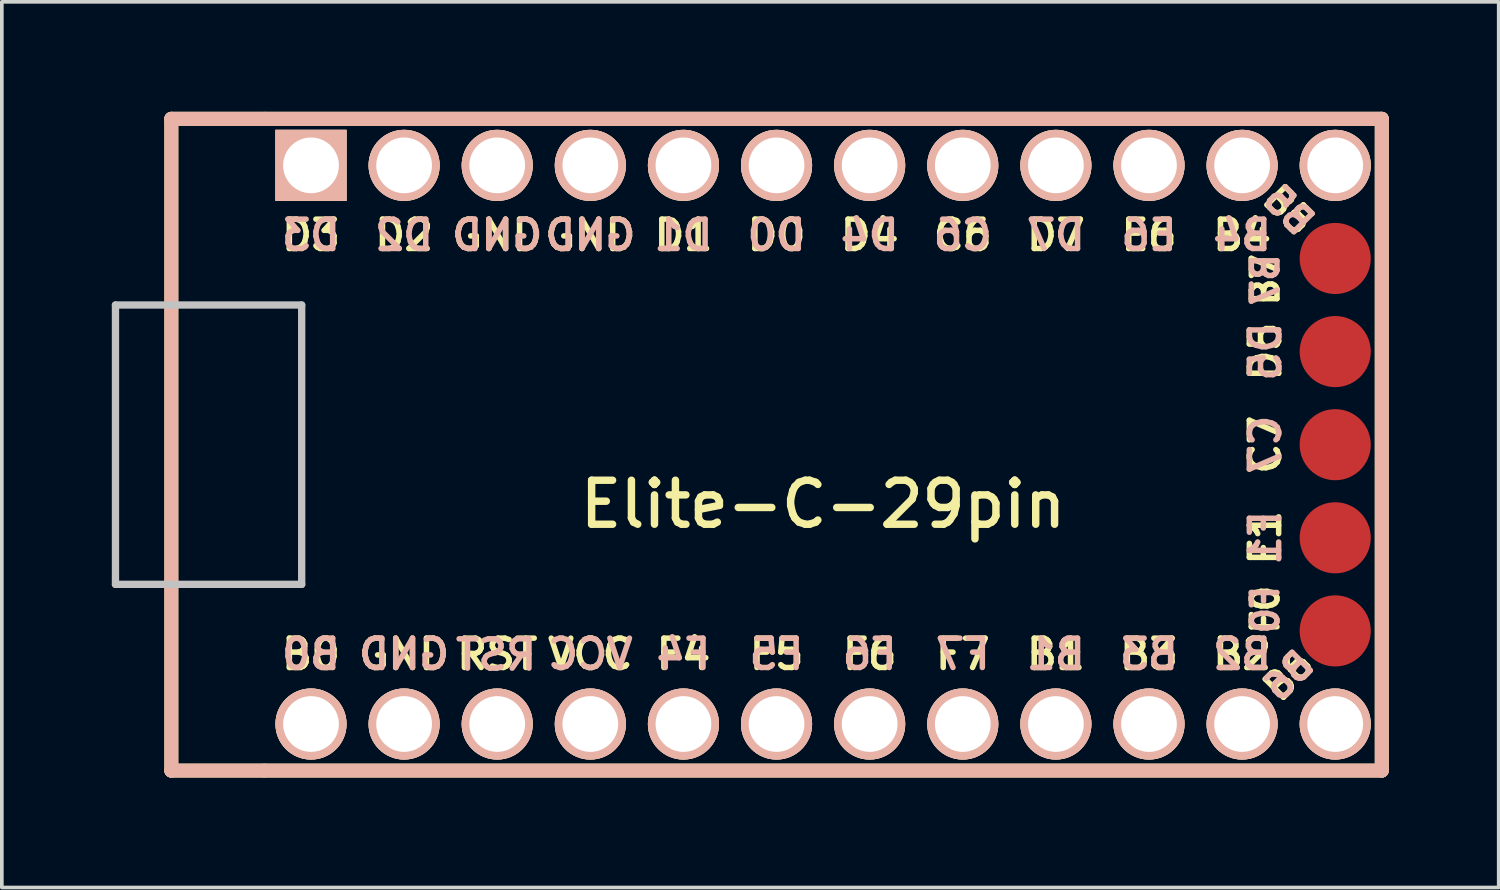
<source format=kicad_pcb>
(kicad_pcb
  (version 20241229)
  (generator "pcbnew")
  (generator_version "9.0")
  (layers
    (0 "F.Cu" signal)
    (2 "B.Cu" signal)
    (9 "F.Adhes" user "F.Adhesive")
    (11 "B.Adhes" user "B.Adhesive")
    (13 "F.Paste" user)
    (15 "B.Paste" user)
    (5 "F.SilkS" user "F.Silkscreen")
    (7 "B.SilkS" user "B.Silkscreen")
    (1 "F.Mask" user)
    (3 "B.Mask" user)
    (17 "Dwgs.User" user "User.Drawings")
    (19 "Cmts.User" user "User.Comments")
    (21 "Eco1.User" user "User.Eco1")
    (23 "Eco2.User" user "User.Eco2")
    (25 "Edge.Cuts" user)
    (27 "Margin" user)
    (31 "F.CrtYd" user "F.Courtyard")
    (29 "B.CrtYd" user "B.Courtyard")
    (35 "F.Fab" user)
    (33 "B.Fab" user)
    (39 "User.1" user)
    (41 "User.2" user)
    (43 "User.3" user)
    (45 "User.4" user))
  (footprint "Elite-C-29pin"
    (layer "F.Cu")
    (at 19.404 9.081)
    (property "Reference" "Elite-C-29pin" (at 0 1.625 0) (layer "F.SilkS") (effects (font (size 1.2 1.2) (thickness 0.203))))
    (attr through_hole)
    (fp_line (start -17.78 -8.89) (end 15.24 -8.89) (stroke (width 0.381) (type solid)) (layer "F.SilkS"))
    (fp_line (start -17.78 8.89) (end -17.78 -8.89) (stroke (width 0.381) (type solid)) (layer "F.SilkS"))
    (fp_line (start 15.24 -8.89) (end 15.24 8.89) (stroke (width 0.381) (type solid)) (layer "F.SilkS"))
    (fp_line (start 15.24 8.89) (end -17.78 8.89) (stroke (width 0.381) (type solid)) (layer "F.SilkS"))
    (fp_line (start -17.78 -8.89) (end -15.24 -8.89) (stroke (width 0.381) (type solid)) (layer "B.SilkS"))
    (fp_line (start -17.78 8.89) (end -17.78 -8.89) (stroke (width 0.381) (type solid)) (layer "B.SilkS"))
    (fp_line (start -15.24 -8.89) (end 15.24 -8.89) (stroke (width 0.381) (type solid)) (layer "B.SilkS"))
    (fp_line (start -15.24 8.89) (end -17.78 8.89) (stroke (width 0.381) (type solid)) (layer "B.SilkS"))
    (fp_line (start 15.24 -8.89) (end 15.24 8.89) (stroke (width 0.381) (type solid)) (layer "B.SilkS"))
    (fp_line (start 15.24 8.89) (end -15.24 8.89) (stroke (width 0.381) (type solid)) (layer "B.SilkS"))
    (fp_line (start -19.304 -3.81) (end -19.304 3.81) (stroke (width 0.2) (type solid)) (layer "Dwgs.User"))
    (fp_line (start -19.304 3.81) (end -14.224 3.81) (stroke (width 0.2) (type solid)) (layer "Dwgs.User"))
    (fp_line (start -14.224 -3.81) (end -19.304 -3.81) (stroke (width 0.2) (type solid)) (layer "Dwgs.User"))
    (fp_line (start -14.224 3.81) (end -14.224 -3.81) (stroke (width 0.2) (type solid)) (layer "Dwgs.User"))
    (fp_text user "E6" (at 8.89 -5.715 0) (layer "F.SilkS") (effects (font (size 0.8 0.8) (thickness 0.15))))
    (fp_text user "RST" (at -8.89 5.715 180) (layer "F.SilkS") (effects (font (size 0.8 0.8) (thickness 0.15))))
    (fp_text user "D5" (at 12.065 -2.54 90) (layer "F.SilkS") (effects (font (size 0.8 0.8) (thickness 0.15))))
    (fp_text user "B2" (at 11.43 5.715 0) (layer "F.SilkS") (effects (font (size 0.8 0.8) (thickness 0.15))))
    (fp_text user "F5" (at -1.27 5.715 0) (layer "F.SilkS") (effects (font (size 0.8 0.8) (thickness 0.15))))
    (fp_text user "F0" (at 12.065 4.5 90) (layer "F.SilkS") (effects (font (size 0.7 0.7) (thickness 0.15))))
    (fp_text user "VCC" (at -6.35 5.715 0) (layer "F.SilkS") (effects (font (size 0.8 0.8) (thickness 0.15))))
    (fp_text user "B5" (at 12.7 -6.4 315) (layer "F.SilkS") (effects (font (size 0.7 0.7) (thickness 0.15))))
    (fp_text user "GND" (at -11.43 5.715 0) (layer "F.SilkS") (effects (font (size 0.8 0.8) (thickness 0.15))))
    (fp_text user "D1" (at -3.81 -5.715 0) (layer "F.SilkS") (effects (font (size 0.8 0.8) (thickness 0.15))))
    (fp_text user "GND" (at -6.35 -5.715 0) (layer "F.SilkS") (effects (font (size 0.8 0.8) (thickness 0.15))))
    (fp_text user "D2" (at -11.43 -5.715 0) (layer "F.SilkS") (effects (font (size 0.8 0.8) (thickness 0.15))))
    (fp_text user "C7" (at 12.065 0 90) (layer "F.SilkS") (effects (font (size 0.8 0.8) (thickness 0.15))))
    (fp_text user "F4" (at -3.81 5.715 0) (layer "F.SilkS") (effects (font (size 0.8 0.8) (thickness 0.15))))
    (fp_text user "B7" (at 12.065 -4.5 90) (layer "F.SilkS") (effects (font (size 0.7 0.7) (thickness 0.15))))
    (fp_text user "F6" (at 1.27 5.715 0) (layer "F.SilkS") (effects (font (size 0.8 0.8) (thickness 0.15))))
    (fp_text user "B1" (at 6.35 5.715 0) (layer "F.SilkS") (effects (font (size 0.8 0.8) (thickness 0.15))))
    (fp_text user "D3" (at -13.97 -5.715 180) (layer "F.SilkS") (effects (font (size 0.8 0.8) (thickness 0.15))))
    (fp_text user "B6" (at 12.7 6.3 45) (layer "F.SilkS") (effects (font (size 0.7 0.7) (thickness 0.15))))
    (fp_text user "D0" (at -1.27 -5.715 0) (layer "F.SilkS") (effects (font (size 0.8 0.8) (thickness 0.15))))
    (fp_text user "D7" (at 6.35 -5.715 0) (layer "F.SilkS") (effects (font (size 0.8 0.8) (thickness 0.15))))
    (fp_text user "GND" (at -8.89 -5.715 0) (layer "F.SilkS") (effects (font (size 0.8 0.8) (thickness 0.15))))
    (fp_text user "B0" (at -13.97 5.715 0) (layer "F.SilkS") (effects (font (size 0.8 0.8) (thickness 0.15))))
    (fp_text user "C6" (at 3.81 -5.715 0) (layer "F.SilkS") (effects (font (size 0.8 0.8) (thickness 0.15))))
    (fp_text user "B4" (at 11.43 -5.715 0) (layer "F.SilkS") (effects (font (size 0.8 0.8) (thickness 0.15))))
    (fp_text user "F1" (at 12.065 2.54 90) (layer "F.SilkS") (effects (font (size 0.8 0.8) (thickness 0.15))))
    (fp_text user "D4" (at 1.27 -5.715 0) (layer "F.SilkS") (effects (font (size 0.8 0.8) (thickness 0.15))))
    (fp_text user "F7" (at 3.81 5.715 0) (layer "F.SilkS") (effects (font (size 0.8 0.8) (thickness 0.15))))
    (fp_text user "B3" (at 8.89 5.715 0) (layer "F.SilkS") (effects (font (size 0.8 0.8) (thickness 0.15))))
    (fp_text user "B1" (at 6.35 5.715 0) (layer "B.SilkS") (effects (font (size 0.8 0.8) (thickness 0.15)) (justify mirror)))
    (fp_text user "B3" (at 8.89 5.715 0) (layer "B.SilkS") (effects (font (size 0.8 0.8) (thickness 0.15)) (justify mirror)))
    (fp_text user "D0" (at -1.27 -5.715 0) (layer "B.SilkS") (effects (font (size 0.8 0.8) (thickness 0.15)) (justify mirror)))
    (fp_text user "GND" (at -8.89 -5.715 0) (layer "B.SilkS") (effects (font (size 0.8 0.8) (thickness 0.15)) (justify mirror)))
    (fp_text user "F7" (at 3.81 5.715 0) (layer "B.SilkS") (effects (font (size 0.8 0.8) (thickness 0.15)) (justify mirror)))
    (fp_text user "VCC" (at -6.35 5.715 0) (layer "B.SilkS") (effects (font (size 0.8 0.8) (thickness 0.15)) (justify mirror)))
    (fp_text user "D3" (at -13.97 -5.715 180) (layer "B.SilkS") (effects (font (size 0.8 0.8) (thickness 0.15)) (justify mirror)))
    (fp_text user "D4" (at 1.27 -5.715 0) (layer "B.SilkS") (effects (font (size 0.8 0.8) (thickness 0.15)) (justify mirror)))
    (fp_text user "F0" (at 12.065 4.5 90) (layer "B.SilkS") (effects (font (size 0.7 0.7) (thickness 0.15)) (justify mirror)))
    (fp_text user "F5" (at -1.27 5.715 0) (layer "B.SilkS") (effects (font (size 0.8 0.8) (thickness 0.15)) (justify mirror)))
    (fp_text user "C6" (at 3.81 -5.715 0) (layer "B.SilkS") (effects (font (size 0.8 0.8) (thickness 0.15)) (justify mirror)))
    (fp_text user "B0" (at -13.97 5.715 0) (layer "B.SilkS") (effects (font (size 0.8 0.8) (thickness 0.15)) (justify mirror)))
    (fp_text user "C7" (at 12.065 0 90) (layer "B.SilkS") (effects (font (size 0.8 0.8) (thickness 0.15)) (justify mirror)))
    (fp_text user "B4" (at 11.43 -5.715 0) (layer "B.SilkS") (effects (font (size 0.8 0.8) (thickness 0.15)) (justify mirror)))
    (fp_text user "B5" (at 12.7 -6.4 315) (layer "B.SilkS") (effects (font (size 0.7 0.7) (thickness 0.15)) (justify mirror)))
    (fp_text user "D5" (at 12.065 -2.54 90) (layer "B.SilkS") (effects (font (size 0.8 0.8) (thickness 0.15)) (justify mirror)))
    (fp_text user "D2" (at -11.43 -5.715 0) (layer "B.SilkS") (effects (font (size 0.8 0.8) (thickness 0.15)) (justify mirror)))
    (fp_text user "RST" (at -8.92 5.733 180) (layer "B.SilkS") (effects (font (size 0.8 0.8) (thickness 0.15)) (justify mirror)))
    (fp_text user "GND" (at -11.43 5.715 0) (layer "B.SilkS") (effects (font (size 0.8 0.8) (thickness 0.15)) (justify mirror)))
    (fp_text user "D1" (at -3.81 -5.715 0) (layer "B.SilkS") (effects (font (size 0.8 0.8) (thickness 0.15)) (justify mirror)))
    (fp_text user "B6" (at 12.7 6.3 45) (layer "B.SilkS") (effects (font (size 0.7 0.7) (thickness 0.15)) (justify mirror)))
    (fp_text user "B7" (at 12.065 -4.5 90) (layer "B.SilkS") (effects (font (size 0.7 0.7) (thickness 0.15)) (justify mirror)))
    (fp_text user "F6" (at 1.27 5.715 0) (layer "B.SilkS") (effects (font (size 0.8 0.8) (thickness 0.15)) (justify mirror)))
    (fp_text user "F1" (at 12.065 2.54 90) (layer "B.SilkS") (effects (font (size 0.8 0.8) (thickness 0.15)) (justify mirror)))
    (fp_text user "D7" (at 6.35 -5.715 0) (layer "B.SilkS") (effects (font (size 0.8 0.8) (thickness 0.15)) (justify mirror)))
    (fp_text user "F4" (at -3.81 5.715 0) (layer "B.SilkS") (effects (font (size 0.8 0.8) (thickness 0.15)) (justify mirror)))
    (fp_text user "GND" (at -6.35 -5.715 0) (layer "B.SilkS") (effects (font (size 0.8 0.8) (thickness 0.15)) (justify mirror)))
    (fp_text user "E6" (at 8.89 -5.715 0) (layer "B.SilkS") (effects (font (size 0.8 0.8) (thickness 0.15)) (justify mirror)))
    (fp_text user "B2" (at 11.43 5.715 0) (layer "B.SilkS") (effects (font (size 0.8 0.8) (thickness 0.15)) (justify mirror)))
    (pad "1" thru_hole rect (at -13.97 -7.62) (size 1.94 1.94) (drill 1.52) (layers "*.Cu" "*.SilkS" "*.Mask"))
    (pad "2" thru_hole circle (at -11.43 -7.62) (size 1.94 1.94) (drill 1.52) (layers "*.Cu" "*.SilkS" "*.Mask"))
    (pad "3" thru_hole circle (at -8.89 -7.62) (size 1.94 1.94) (drill 1.52) (layers "*.Cu" "*.SilkS" "*.Mask"))
    (pad "4" thru_hole circle (at -6.35 -7.62) (size 1.94 1.94) (drill 1.52) (layers "*.Cu" "*.SilkS" "*.Mask"))
    (pad "5" thru_hole circle (at -3.81 -7.62) (size 1.94 1.94) (drill 1.52) (layers "*.Cu" "*.SilkS" "*.Mask"))
    (pad "6" thru_hole circle (at -1.27 -7.62) (size 1.94 1.94) (drill 1.52) (layers "*.Cu" "*.SilkS" "*.Mask"))
    (pad "7" thru_hole circle (at 1.27 -7.62) (size 1.94 1.94) (drill 1.52) (layers "*.Cu" "*.SilkS" "*.Mask"))
    (pad "8" thru_hole circle (at 3.81 -7.62) (size 1.94 1.94) (drill 1.52) (layers "*.Cu" "*.SilkS" "*.Mask"))
    (pad "9" thru_hole circle (at 6.35 -7.62) (size 1.94 1.94) (drill 1.52) (layers "*.Cu" "*.SilkS" "*.Mask"))
    (pad "10" thru_hole circle (at 8.89 -7.62) (size 1.94 1.94) (drill 1.52) (layers "*.Cu" "*.SilkS" "*.Mask"))
    (pad "11" thru_hole circle (at 11.43 -7.62) (size 1.94 1.94) (drill 1.52) (layers "*.Cu" "*.SilkS" "*.Mask"))
    (pad "12" thru_hole circle (at 13.97 -7.62) (size 1.94 1.94) (drill 1.52) (layers "*.Cu" "*.SilkS" "*.Mask"))
    (pad "13" thru_hole circle (at 13.97 7.62) (size 1.94 1.94) (drill 1.52) (layers "*.Cu" "*.SilkS" "*.Mask"))
    (pad "14" thru_hole circle (at 11.43 7.62) (size 1.94 1.94) (drill 1.52) (layers "*.Cu" "*.SilkS" "*.Mask"))
    (pad "15" thru_hole circle (at 8.89 7.62) (size 1.94 1.94) (drill 1.52) (layers "*.Cu" "*.SilkS" "*.Mask"))
    (pad "16" thru_hole circle (at 6.35 7.62) (size 1.94 1.94) (drill 1.52) (layers "*.Cu" "*.SilkS" "*.Mask"))
    (pad "17" thru_hole circle (at 3.81 7.62) (size 1.94 1.94) (drill 1.52) (layers "*.Cu" "*.SilkS" "*.Mask"))
    (pad "18" thru_hole circle (at 1.27 7.62) (size 1.94 1.94) (drill 1.52) (layers "*.Cu" "*.SilkS" "*.Mask"))
    (pad "19" thru_hole circle (at -1.27 7.62) (size 1.94 1.94) (drill 1.52) (layers "*.Cu" "*.SilkS" "*.Mask"))
    (pad "20" thru_hole circle (at -3.81 7.62) (size 1.94 1.94) (drill 1.52) (layers "*.Cu" "*.SilkS" "*.Mask"))
    (pad "21" thru_hole circle (at -6.35 7.62) (size 1.94 1.94) (drill 1.52) (layers "*.Cu" "*.SilkS" "*.Mask"))
    (pad "22" thru_hole circle (at -8.89 7.62) (size 1.94 1.94) (drill 1.52) (layers "*.Cu" "*.SilkS" "*.Mask"))
    (pad "23" thru_hole circle (at -11.43 7.62) (size 1.94 1.94) (drill 1.52) (layers "*.Cu" "*.SilkS" "*.Mask"))
    (pad "24" thru_hole circle (at -13.97 7.62) (size 1.94 1.94) (drill 1.52) (layers "*.Cu" "*.SilkS" "*.Mask"))
    (pad "25" smd circle (at 13.97 -5.08) (size 1.94 1.94) (layers "F.Cu" "B.Mask" "B.Paste"))
    (pad "26" smd circle (at 13.97 -2.54) (size 1.94 1.94) (layers "F.Cu" "B.Mask" "B.Paste"))
    (pad "27" smd circle (at 13.97 0) (size 1.94 1.94) (layers "F.Cu" "B.Mask" "B.Paste"))
    (pad "28" smd circle (at 13.97 2.54) (size 1.94 1.94) (layers "F.Cu" "B.Mask" "B.Paste"))
    (pad "29" smd circle (at 13.97 5.08) (size 1.94 1.94) (layers "F.Cu" "B.Mask" "B.Paste")))
  (gr_rect
    (start -3 -3)
    (end 37.834 21.161)
    (stroke (width 0.1) (type default))
    (fill no)
    (layer "Edge.Cuts")))
</source>
